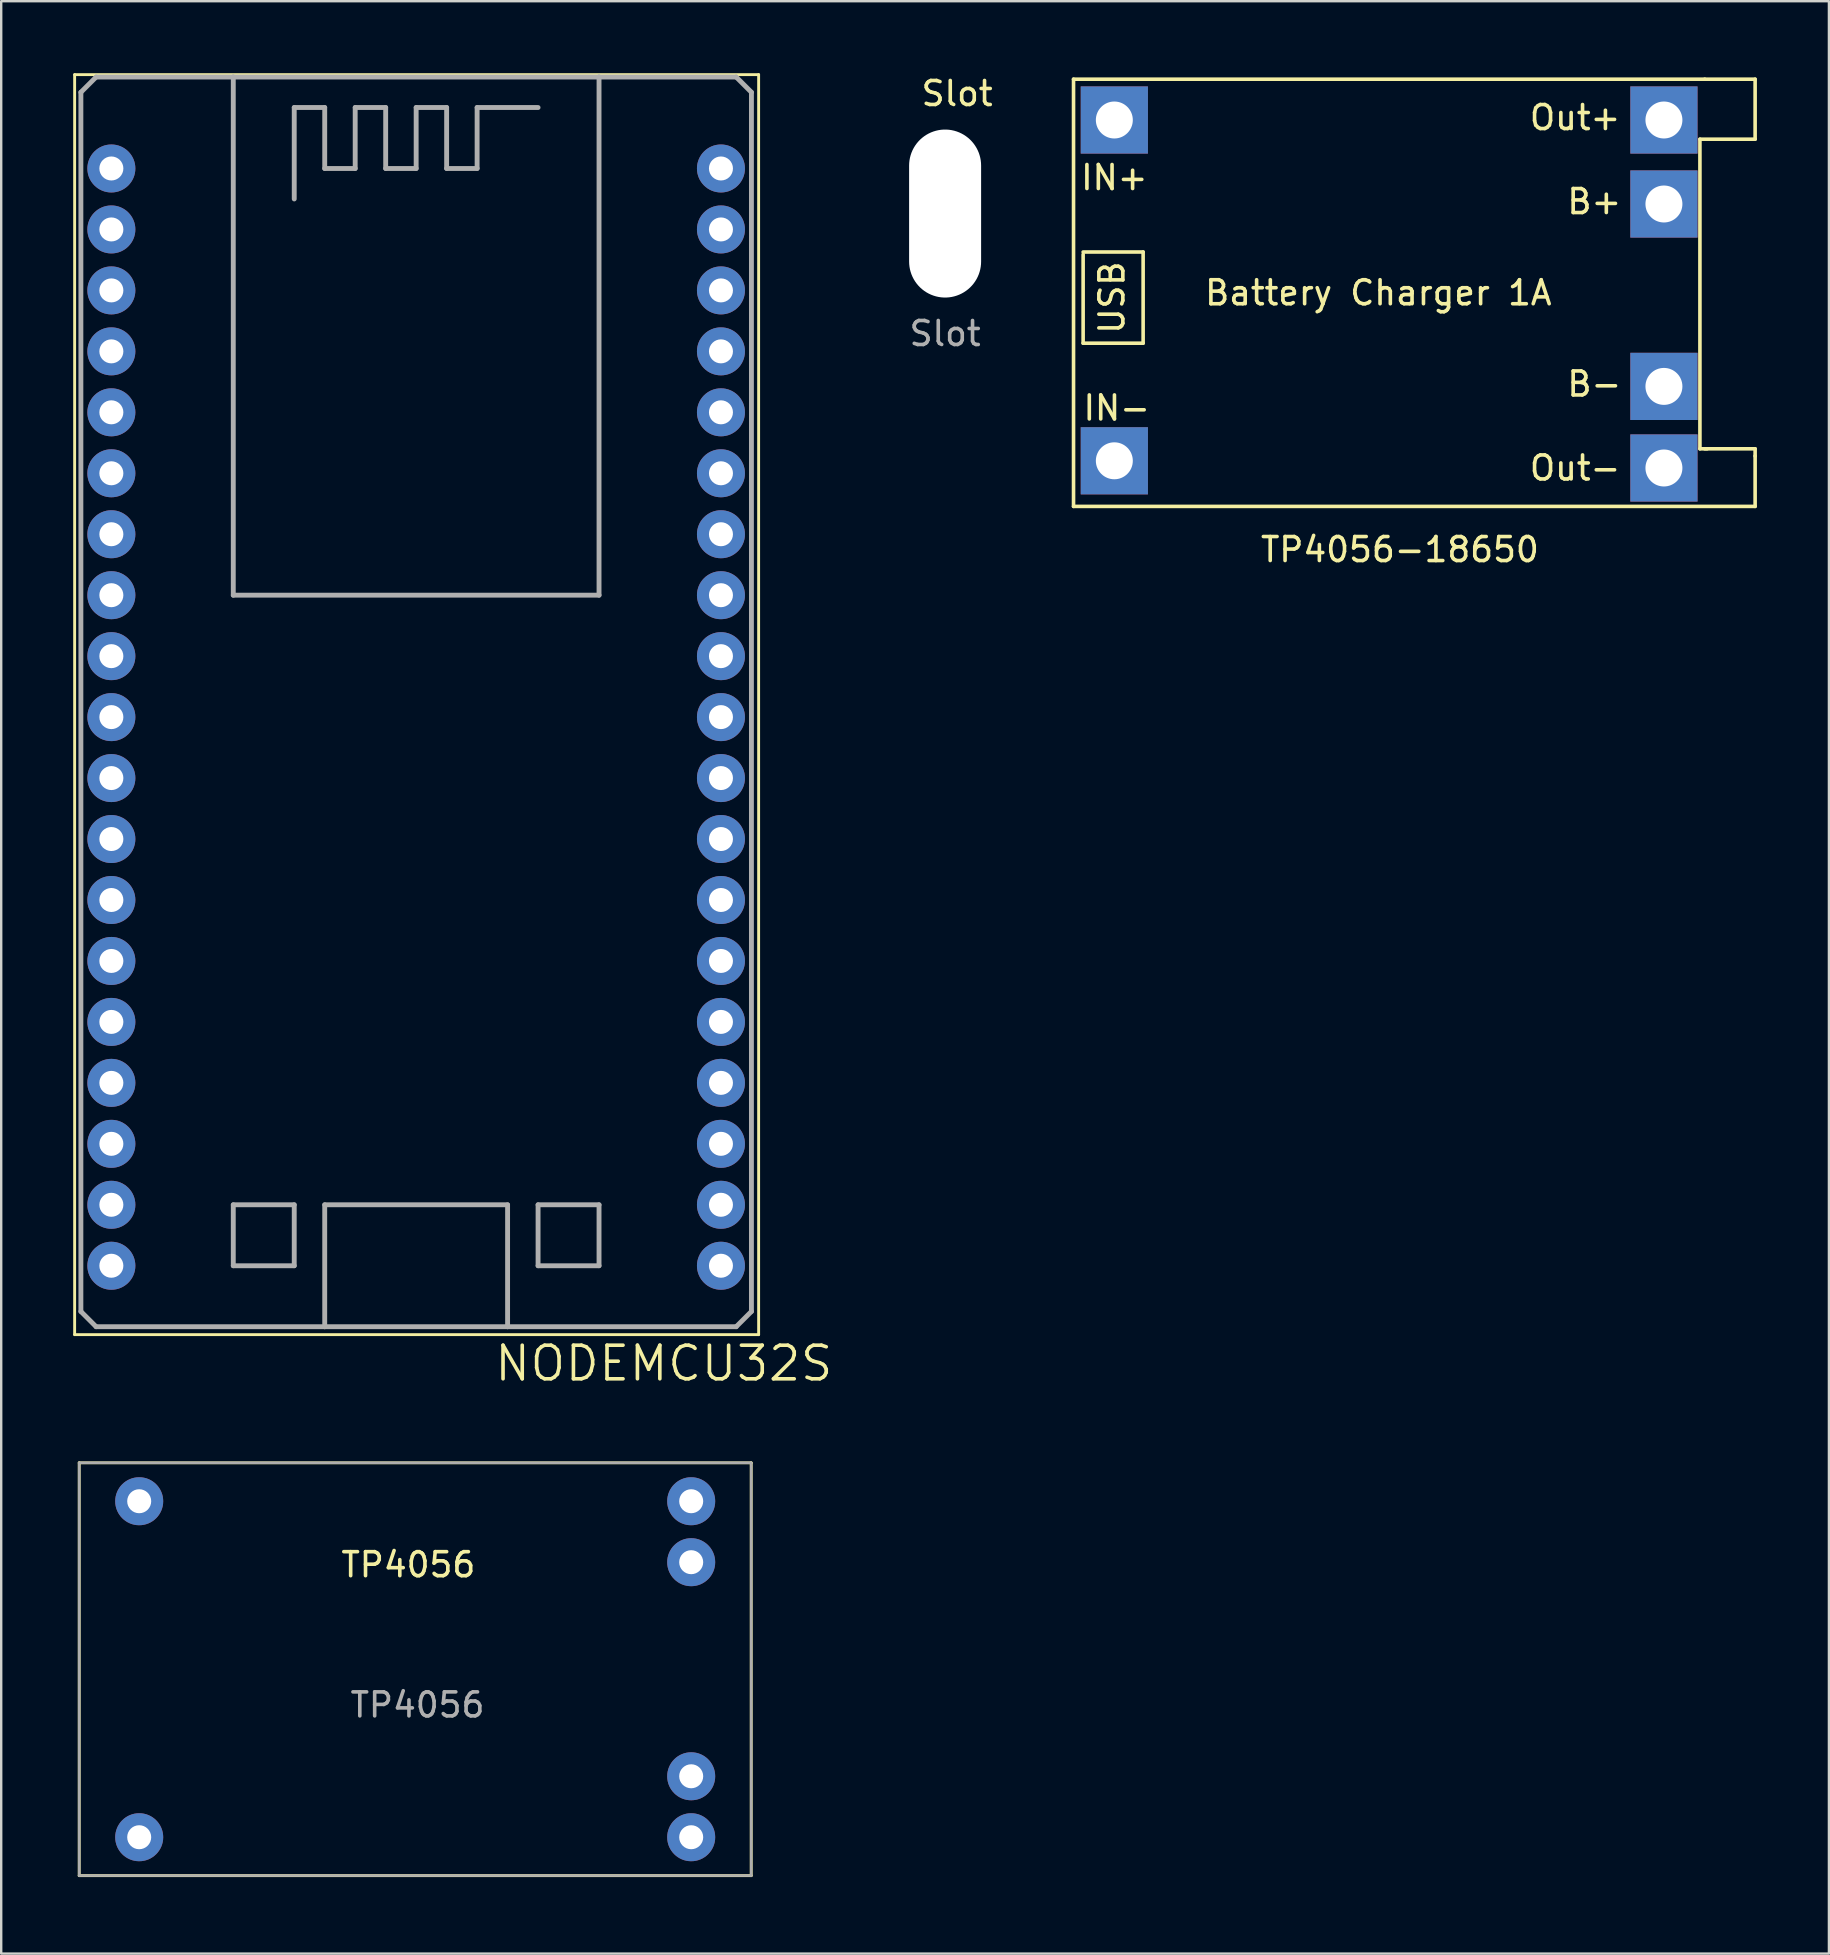
<source format=kicad_pcb>
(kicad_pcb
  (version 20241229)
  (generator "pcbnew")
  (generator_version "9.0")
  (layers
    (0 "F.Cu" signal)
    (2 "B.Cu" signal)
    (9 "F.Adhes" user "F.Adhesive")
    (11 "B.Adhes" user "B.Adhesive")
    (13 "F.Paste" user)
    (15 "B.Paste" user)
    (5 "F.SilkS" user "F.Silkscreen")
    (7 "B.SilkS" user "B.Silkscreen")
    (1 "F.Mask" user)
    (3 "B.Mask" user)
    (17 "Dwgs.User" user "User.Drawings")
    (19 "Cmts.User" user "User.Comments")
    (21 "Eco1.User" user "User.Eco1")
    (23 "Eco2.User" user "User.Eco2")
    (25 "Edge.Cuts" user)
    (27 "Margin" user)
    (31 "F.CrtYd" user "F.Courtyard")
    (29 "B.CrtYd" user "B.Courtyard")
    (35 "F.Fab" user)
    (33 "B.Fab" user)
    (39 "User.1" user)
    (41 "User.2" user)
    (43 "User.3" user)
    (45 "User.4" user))
  (footprint "Slot"
    (layer "F.Cu")
    (at 36.33 5.848)
    (property "Reference" "Slot" (at 0.5 -5 0) (unlocked yes) (layer "F.SilkS") (effects (font (size 1 1) (thickness 0.15))))
    (attr through_hole)
    (fp_text user "${REFERENCE}" (at 0 5 0) (unlocked yes) (layer "F.Fab") (effects (font (size 1 1) (thickness 0.15))))
    (pad "" np_thru_hole oval (at 0 0) (size 3 7) (drill oval 3 7) (layers "*.Cu" "*.Mask")))
  (footprint "TP4056-18650"
    (layer "F.Cu")
    (at 41.681 0.25)
    (property "Reference" "TP4056-18650" (at 13.6 19.6 0) (layer "F.SilkS") (effects (font (size 1 1) (thickness 0.15))))
    (attr through_hole)
    (fp_line (start 0 0) (end 26.3 0) (stroke (width 0.15) (type solid)) (layer "F.SilkS"))
    (fp_line (start 0 17.8) (end 0 0) (stroke (width 0.15) (type solid)) (layer "F.SilkS"))
    (fp_line (start 0.4 7.2) (end 2.9 7.2) (stroke (width 0.15) (type solid)) (layer "F.SilkS"))
    (fp_line (start 0.4 11) (end 0.4 7.3) (stroke (width 0.15) (type solid)) (layer "F.SilkS"))
    (fp_line (start 2.9 7.2) (end 2.9 11) (stroke (width 0.15) (type solid)) (layer "F.SilkS"))
    (fp_line (start 2.9 11) (end 0.4 11) (stroke (width 0.15) (type solid)) (layer "F.SilkS"))
    (fp_line (start 26.1 2.5) (end 26.1 15.4) (stroke (width 0.15) (type solid)) (layer "F.SilkS"))
    (fp_line (start 26.1 15.4) (end 26.4 15.4) (stroke (width 0.15) (type solid)) (layer "F.SilkS"))
    (fp_line (start 26.3 0) (end 28.4 0) (stroke (width 0.15) (type solid)) (layer "F.SilkS"))
    (fp_line (start 26.3 15.4) (end 28.4 15.4) (stroke (width 0.15) (type solid)) (layer "F.SilkS"))
    (fp_line (start 28.4 0) (end 28.4 2.5) (stroke (width 0.15) (type solid)) (layer "F.SilkS"))
    (fp_line (start 28.4 2.5) (end 26.1 2.5) (stroke (width 0.15) (type solid)) (layer "F.SilkS"))
    (fp_line (start 28.4 15.4) (end 28.4 15.7) (stroke (width 0.15) (type solid)) (layer "F.SilkS"))
    (fp_line (start 28.4 15.7) (end 28.4 17.8) (stroke (width 0.15) (type solid)) (layer "F.SilkS"))
    (fp_line (start 28.4 17.8) (end 0 17.8) (stroke (width 0.15) (type solid)) (layer "F.SilkS"))
    (fp_text user "Battery Charger 1A" (at 12.7 8.9 0) (layer "F.SilkS") (effects (font (size 1 1) (thickness 0.15))))
    (fp_text user "USB" (at 1.6 9.1 90) (layer "F.SilkS") (effects (font (size 1 1) (thickness 0.15))))
    (fp_text user "Out-" (at 20.9 16.2 0) (layer "F.SilkS") (effects (font (size 1 1) (thickness 0.15))))
    (fp_text user "IN-" (at 1.8 13.7 0) (layer "F.SilkS") (effects (font (size 1 1) (thickness 0.15))))
    (fp_text user "B+" (at 21.7 5.1 0) (layer "F.SilkS") (effects (font (size 1 1) (thickness 0.15))))
    (fp_text user "IN+" (at 1.7 4.1 0) (layer "F.SilkS") (effects (font (size 1 1) (thickness 0.15))))
    (fp_text user "B-" (at 21.7 12.7 0) (layer "F.SilkS") (effects (font (size 1 1) (thickness 0.15))))
    (fp_text user "Out+" (at 20.9 1.6 0) (layer "F.SilkS") (effects (font (size 1 1) (thickness 0.15))))
    (pad "1" thru_hole rect (at 1.7 1.7) (size 2.8 2.8) (drill 1.54) (layers "*.Cu" "*.Mask"))
    (pad "2" thru_hole rect (at 1.7 15.9) (size 2.8 2.8) (drill 1.54) (layers "*.Cu" "*.Mask"))
    (pad "3" thru_hole rect (at 24.6 1.7) (size 2.8 2.8) (drill 1.54) (layers "*.Cu" "*.Mask"))
    (pad "4" thru_hole rect (at 24.6 5.2) (size 2.8 2.8) (drill 1.54) (layers "*.Cu" "*.Mask"))
    (pad "5" thru_hole rect (at 24.6 12.8) (size 2.8 2.8) (drill 1.54) (layers "*.Cu" "*.Mask"))
    (pad "6" thru_hole rect (at 24.6 16.2) (size 2.8 2.8) (drill 1.54) (layers "*.Cu" "*.Mask")))
  (footprint "TP4056"
    (layer "F.Cu")
    (at 0.25 75.102)
    (property "Reference" "TP4056" (at 13.716 -12.954 0) (unlocked yes) (layer "F.SilkS") (effects (font (size 1 1) (thickness 0.15))))
    (attr through_hole)
    (fp_line (start 0 -17.2) (end 28 -17.2) (stroke (width 0.12) (type solid)) (layer "F.SilkS"))
    (fp_line (start 0 0) (end 0 -17.2) (stroke (width 0.12) (type solid)) (layer "F.SilkS"))
    (fp_line (start 0 0) (end 28 0) (stroke (width 0.12) (type solid)) (layer "F.SilkS"))
    (fp_line (start 28 0) (end 28 -17.2) (stroke (width 0.12) (type solid)) (layer "F.SilkS"))
    (fp_line (start 0 -17.2) (end 28 -17.2) (stroke (width 0.1) (type solid)) (layer "F.Fab"))
    (fp_line (start 0 0) (end 0 -17.2) (stroke (width 0.1) (type solid)) (layer "F.Fab"))
    (fp_line (start 0 0) (end 28 0) (stroke (width 0.1) (type solid)) (layer "F.Fab"))
    (fp_line (start 28 0) (end 28 -17.2) (stroke (width 0.1) (type solid)) (layer "F.Fab"))
    (fp_text user "${REFERENCE}" (at 14.097 -7.112 0) (unlocked yes) (layer "F.Fab") (effects (font (size 1 1) (thickness 0.15))))
    (pad "1" thru_hole circle (at 2.5 -15.6 90) (size 2 2) (drill 1) (layers "*.Cu" "*.Mask"))
    (pad "2" thru_hole circle (at 2.5 -1.6 90) (size 2 2) (drill 1) (layers "*.Cu" "*.Mask"))
    (pad "3" thru_hole circle (at 25.5 -15.6 90) (size 2 2) (drill 1) (layers "*.Cu" "*.Mask"))
    (pad "4" thru_hole circle (at 25.5 -1.6 90) (size 2 2) (drill 1) (layers "*.Cu" "*.Mask"))
    (pad "5" thru_hole circle (at 25.5 -13.06 90) (size 2 2) (drill 1) (layers "*.Cu" "*.Mask"))
    (pad "6" thru_hole circle (at 25.5 -4.14 90) (size 2 2) (drill 1) (layers "*.Cu" "*.Mask")))
  (footprint "NODEMCU32S"
    (layer "F.Cu")
    (at 15.56 25.56)
    (property "Reference" "NODEMCU32S" (at 9.05 28.2 180) (layer "F.SilkS") (effects (font (size 1.4 1.4) (thickness 0.15))))
    (attr through_hole)
    (fp_line (start -15.5 -25.5) (end -15.5 27) (stroke (width 0.12) (type solid)) (layer "F.SilkS"))
    (fp_line (start -15.5 27) (end 13 27) (stroke (width 0.12) (type solid)) (layer "F.SilkS"))
    (fp_line (start 13 -25.5) (end -15.5 -25.5) (stroke (width 0.12) (type solid)) (layer "F.SilkS"))
    (fp_line (start 13 27) (end 13 -25.5) (stroke (width 0.12) (type solid)) (layer "F.SilkS"))
    (fp_line (start -15.24 -24.765) (end -14.605 -25.4) (stroke (width 0.203) (type solid)) (layer "F.Fab"))
    (fp_line (start -15.24 26.035) (end -15.24 -24.765) (stroke (width 0.203) (type solid)) (layer "F.Fab"))
    (fp_line (start -15.24 26.035) (end -14.605 26.67) (stroke (width 0.203) (type solid)) (layer "F.Fab"))
    (fp_line (start -14.605 -25.4) (end -8.89 -25.4) (stroke (width 0.203) (type solid)) (layer "F.Fab"))
    (fp_line (start -14.605 26.67) (end -5.08 26.67) (stroke (width 0.203) (type solid)) (layer "F.Fab"))
    (fp_line (start -8.89 -25.4) (end -8.89 -3.81) (stroke (width 0.203) (type solid)) (layer "F.Fab"))
    (fp_line (start -8.89 -25.4) (end 6.35 -25.4) (stroke (width 0.203) (type solid)) (layer "F.Fab"))
    (fp_line (start -8.89 -3.81) (end 6.35 -3.81) (stroke (width 0.203) (type solid)) (layer "F.Fab"))
    (fp_line (start -8.89 21.59) (end -6.35 21.59) (stroke (width 0.203) (type solid)) (layer "F.Fab"))
    (fp_line (start -8.89 24.13) (end -8.89 21.59) (stroke (width 0.203) (type solid)) (layer "F.Fab"))
    (fp_line (start -6.35 -24.13) (end -5.08 -24.13) (stroke (width 0.203) (type solid)) (layer "F.Fab"))
    (fp_line (start -6.35 -20.32) (end -6.35 -24.13) (stroke (width 0.203) (type solid)) (layer "F.Fab"))
    (fp_line (start -6.35 21.59) (end -6.35 24.13) (stroke (width 0.203) (type solid)) (layer "F.Fab"))
    (fp_line (start -6.35 24.13) (end -8.89 24.13) (stroke (width 0.203) (type solid)) (layer "F.Fab"))
    (fp_line (start -5.08 -24.13) (end -5.08 -21.59) (stroke (width 0.203) (type solid)) (layer "F.Fab"))
    (fp_line (start -5.08 -21.59) (end -3.81 -21.59) (stroke (width 0.203) (type solid)) (layer "F.Fab"))
    (fp_line (start -5.08 21.59) (end 2.54 21.59) (stroke (width 0.203) (type solid)) (layer "F.Fab"))
    (fp_line (start -5.08 26.67) (end -5.08 21.59) (stroke (width 0.203) (type solid)) (layer "F.Fab"))
    (fp_line (start -5.08 26.67) (end 2.54 26.67) (stroke (width 0.203) (type solid)) (layer "F.Fab"))
    (fp_line (start -3.81 -24.13) (end -2.54 -24.13) (stroke (width 0.203) (type solid)) (layer "F.Fab"))
    (fp_line (start -3.81 -21.59) (end -3.81 -24.13) (stroke (width 0.203) (type solid)) (layer "F.Fab"))
    (fp_line (start -2.54 -24.13) (end -2.54 -21.59) (stroke (width 0.203) (type solid)) (layer "F.Fab"))
    (fp_line (start -2.54 -21.59) (end -1.27 -21.59) (stroke (width 0.203) (type solid)) (layer "F.Fab"))
    (fp_line (start -1.27 -24.13) (end 0 -24.13) (stroke (width 0.203) (type solid)) (layer "F.Fab"))
    (fp_line (start -1.27 -21.59) (end -1.27 -24.13) (stroke (width 0.203) (type solid)) (layer "F.Fab"))
    (fp_line (start 0 -24.13) (end 0 -21.59) (stroke (width 0.203) (type solid)) (layer "F.Fab"))
    (fp_line (start 0 -21.59) (end 1.27 -21.59) (stroke (width 0.203) (type solid)) (layer "F.Fab"))
    (fp_line (start 1.27 -24.13) (end 3.81 -24.13) (stroke (width 0.203) (type solid)) (layer "F.Fab"))
    (fp_line (start 1.27 -21.59) (end 1.27 -24.13) (stroke (width 0.203) (type solid)) (layer "F.Fab"))
    (fp_line (start 2.54 21.59) (end 2.54 26.67) (stroke (width 0.203) (type solid)) (layer "F.Fab"))
    (fp_line (start 2.54 26.67) (end 12.065 26.67) (stroke (width 0.203) (type solid)) (layer "F.Fab"))
    (fp_line (start 3.81 21.59) (end 3.81 24.13) (stroke (width 0.203) (type solid)) (layer "F.Fab"))
    (fp_line (start 3.81 24.13) (end 6.35 24.13) (stroke (width 0.203) (type solid)) (layer "F.Fab"))
    (fp_line (start 6.35 -25.4) (end 12.065 -25.4) (stroke (width 0.203) (type solid)) (layer "F.Fab"))
    (fp_line (start 6.35 -3.81) (end 6.35 -25.4) (stroke (width 0.203) (type solid)) (layer "F.Fab"))
    (fp_line (start 6.35 21.59) (end 3.81 21.59) (stroke (width 0.203) (type solid)) (layer "F.Fab"))
    (fp_line (start 6.35 24.13) (end 6.35 21.59) (stroke (width 0.203) (type solid)) (layer "F.Fab"))
    (fp_line (start 12.065 -25.4) (end 12.7 -24.765) (stroke (width 0.203) (type solid)) (layer "F.Fab"))
    (fp_line (start 12.7 -24.765) (end 12.7 26.035) (stroke (width 0.203) (type solid)) (layer "F.Fab"))
    (fp_line (start 12.7 26.035) (end 12.065 26.67) (stroke (width 0.203) (type solid)) (layer "F.Fab"))
    (pad "3V3" thru_hole circle (at -13.97 -21.59) (size 2 2) (drill 1) (layers "*.Cu" "*.Mask"))
    (pad "5V" thru_hole circle (at -13.97 24.13) (size 2 2) (drill 1) (layers "*.Cu" "*.Mask"))
    (pad "CLK" thru_hole circle (at 11.43 24.13) (size 2 2) (drill 1) (layers "*.Cu" "*.Mask"))
    (pad "CMD" thru_hole circle (at -13.97 21.59) (size 2 2) (drill 1) (layers "*.Cu" "*.Mask"))
    (pad "EN" thru_hole circle (at -13.97 -19.05) (size 2 2) (drill 1) (layers "*.Cu" "*.Mask"))
    (pad "G1" thru_hole circle (at -13.97 11.43) (size 2 2) (drill 1) (layers "*.Cu" "*.Mask"))
    (pad "G2" thru_hole circle (at 11.43 -21.59) (size 2 2) (drill 1) (layers "*.Cu" "*.Mask"))
    (pad "G3" thru_hole circle (at 11.43 -6.35) (size 2 2) (drill 1) (layers "*.Cu" "*.Mask"))
    (pad "P0" thru_hole circle (at 11.43 11.43) (size 2 2) (drill 1) (layers "*.Cu" "*.Mask"))
    (pad "P2" thru_hole circle (at 11.43 13.97) (size 2 2) (drill 1) (layers "*.Cu" "*.Mask"))
    (pad "P4" thru_hole circle (at 11.43 8.89) (size 2 2) (drill 1) (layers "*.Cu" "*.Mask"))
    (pad "P5" thru_hole circle (at 11.43 1.27) (size 2 2) (drill 1) (layers "*.Cu" "*.Mask"))
    (pad "P12" thru_hole circle (at -13.97 8.89) (size 2 2) (drill 1) (layers "*.Cu" "*.Mask"))
    (pad "P13" thru_hole circle (at -13.97 13.97) (size 2 2) (drill 1) (layers "*.Cu" "*.Mask"))
    (pad "P14" thru_hole circle (at -13.97 6.35) (size 2 2) (drill 1) (layers "*.Cu" "*.Mask"))
    (pad "P15" thru_hole circle (at 11.43 16.51) (size 2 2) (drill 1) (layers "*.Cu" "*.Mask"))
    (pad "P16" thru_hole circle (at 11.43 6.35) (size 2 2) (drill 1) (layers "*.Cu" "*.Mask"))
    (pad "P17" thru_hole circle (at 11.43 3.81) (size 2 2) (drill 1) (layers "*.Cu" "*.Mask"))
    (pad "P18" thru_hole circle (at 11.43 -1.27) (size 2 2) (drill 1) (layers "*.Cu" "*.Mask"))
    (pad "P19" thru_hole circle (at 11.43 -3.81) (size 2 2) (drill 1) (layers "*.Cu" "*.Mask"))
    (pad "P21" thru_hole circle (at 11.43 -8.89) (size 2 2) (drill 1) (layers "*.Cu" "*.Mask"))
    (pad "P22" thru_hole circle (at 11.43 -16.51) (size 2 2) (drill 1) (layers "*.Cu" "*.Mask"))
    (pad "P23" thru_hole circle (at 11.43 -19.05) (size 2 2) (drill 1) (layers "*.Cu" "*.Mask"))
    (pad "P25" thru_hole circle (at -13.97 -1.27) (size 2 2) (drill 1) (layers "*.Cu" "*.Mask"))
    (pad "P26" thru_hole circle (at -13.97 1.27) (size 2 2) (drill 1) (layers "*.Cu" "*.Mask"))
    (pad "P27" thru_hole circle (at -13.97 3.81) (size 2 2) (drill 1) (layers "*.Cu" "*.Mask"))
    (pad "P32" thru_hole circle (at -13.97 -6.35) (size 2 2) (drill 1) (layers "*.Cu" "*.Mask"))
    (pad "P33" thru_hole circle (at -13.97 -3.81) (size 2 2) (drill 1) (layers "*.Cu" "*.Mask"))
    (pad "P34" thru_hole circle (at -13.97 -11.43) (size 2 2) (drill 1) (layers "*.Cu" "*.Mask"))
    (pad "P35" thru_hole circle (at -13.97 -8.89) (size 2 2) (drill 1) (layers "*.Cu" "*.Mask"))
    (pad "RX" thru_hole circle (at 11.43 -11.43) (size 2 2) (drill 1) (layers "*.Cu" "*.Mask"))
    (pad "SD0" thru_hole circle (at 11.43 21.59) (size 2 2) (drill 1) (layers "*.Cu" "*.Mask"))
    (pad "SD1" thru_hole circle (at 11.43 19.05) (size 2 2) (drill 1) (layers "*.Cu" "*.Mask"))
    (pad "SD2" thru_hole circle (at -13.97 16.51) (size 2 2) (drill 1) (layers "*.Cu" "*.Mask"))
    (pad "SD3" thru_hole circle (at -13.97 19.05) (size 2 2) (drill 1) (layers "*.Cu" "*.Mask"))
    (pad "SVN" thru_hole circle (at -13.97 -13.97) (size 2 2) (drill 1) (layers "*.Cu" "*.Mask"))
    (pad "SVP" thru_hole circle (at -13.97 -16.51) (size 2 2) (drill 1) (layers "*.Cu" "*.Mask"))
    (pad "TX" thru_hole circle (at 11.43 -13.97) (size 2 2) (drill 1) (layers "*.Cu" "*.Mask")))
  (gr_rect
    (start -3 -3)
    (end 73.156 78.352)
    (stroke (width 0.1) (type default))
    (fill no)
    (layer "Edge.Cuts")))
</source>
